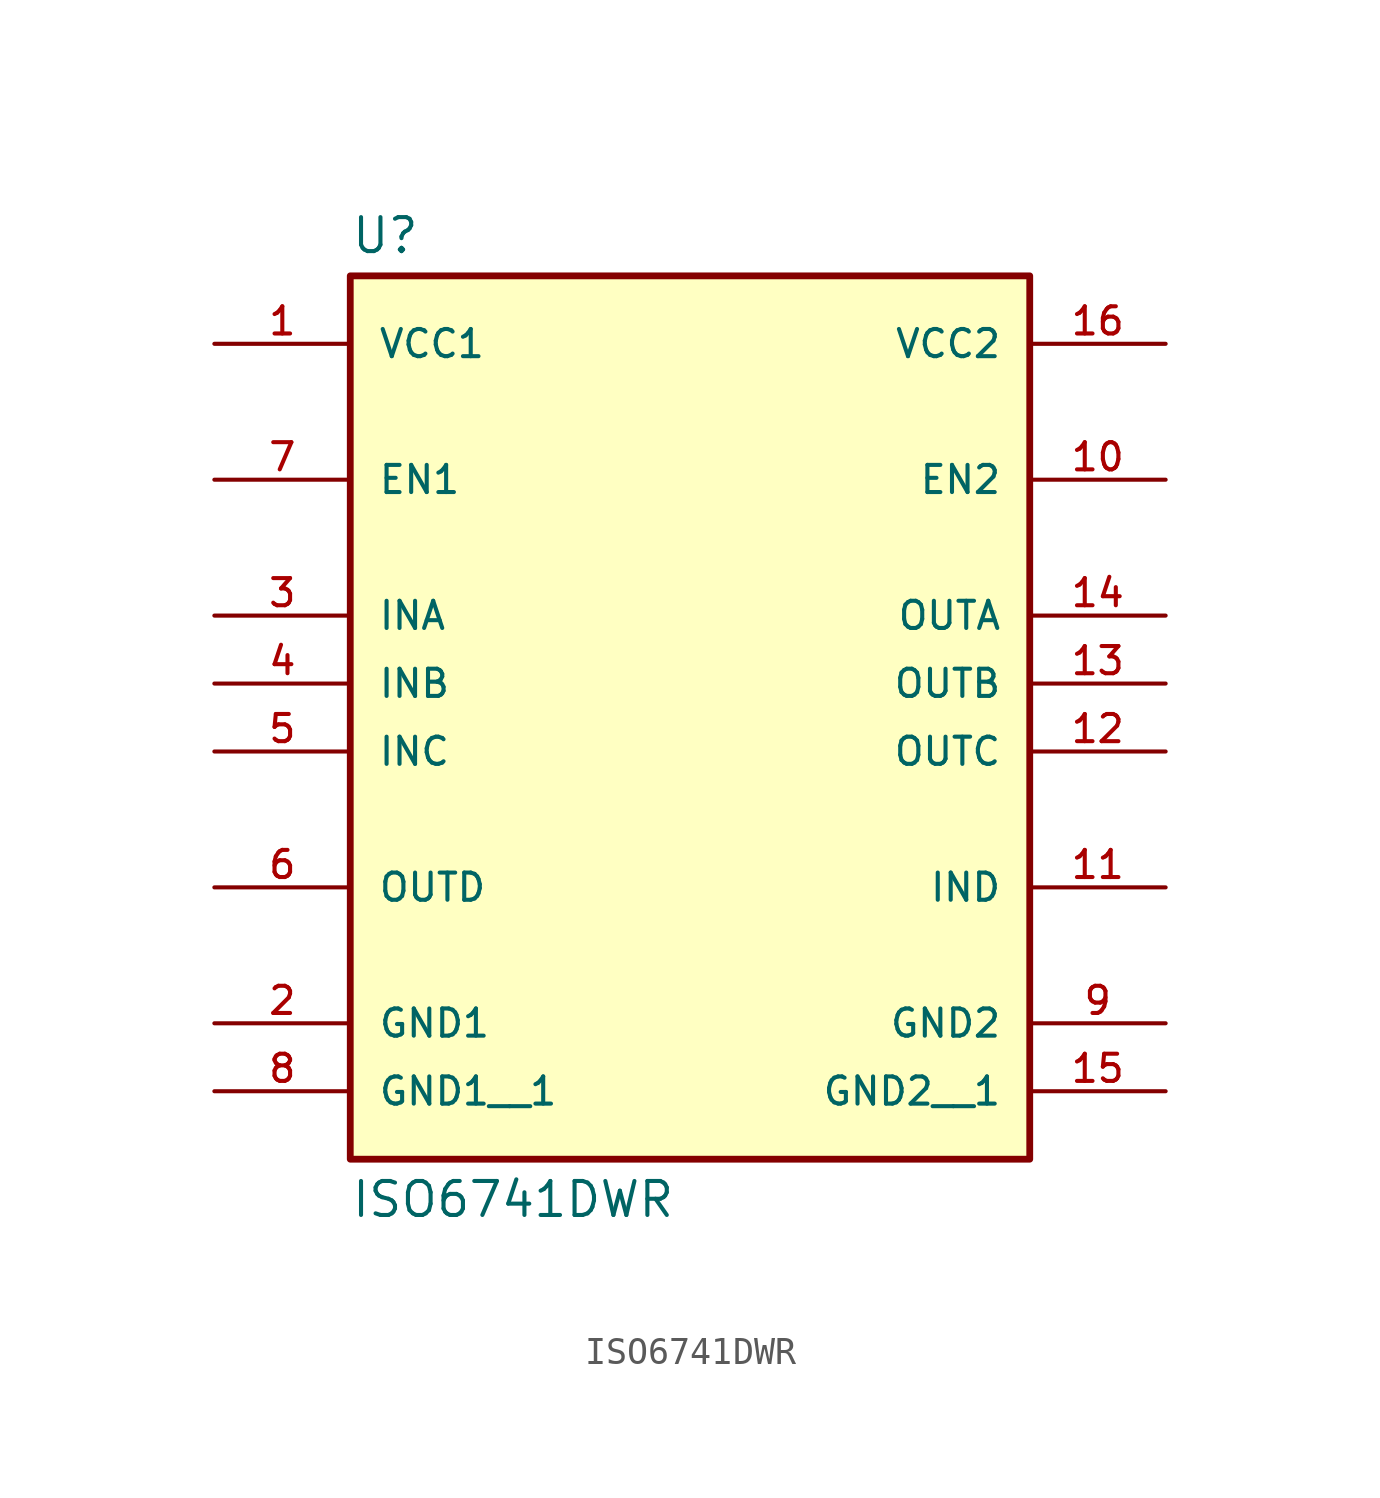
<source format=kicad_sym>
(kicad_symbol_lib
  (version 20211014)
  (generator kicad_symbol_editor)
  (symbol "ISO6741DWR"
    (pin_names
      (offset 1.016))
    (property "Reference" "U"
      (at -12.7 16.002 0)
      (effects (font (size 1.27 1.27)) (justify bottom left)))
    (property "Value" "ISO6741DWR"
      (at -12.7 -18.542 0)
      (effects (font (size 1.27 1.27)) (justify top left)))
    (symbol "ISO6741DWR_0_0"
      (rectangle (start -12.7 -17.78) (end 12.7 15.24) (stroke (width 0.254)) (fill (type background)))
      (pin power_in line (at -17.78 12.7 0) (length 5.08) (name "VCC1" (effects (font (size 1.016 1.016)))) (number "1" (effects (font (size 1.016 1.016)))))
      (pin input line (at -17.78 7.62 0) (length 5.08) (name "EN1" (effects (font (size 1.016 1.016)))) (number "7" (effects (font (size 1.016 1.016)))))
      (pin input line (at -17.78 2.54 0) (length 5.08) (name "INA" (effects (font (size 1.016 1.016)))) (number "3" (effects (font (size 1.016 1.016)))))
      (pin input line (at -17.78 0.0 0) (length 5.08) (name "INB" (effects (font (size 1.016 1.016)))) (number "4" (effects (font (size 1.016 1.016)))))
      (pin output line (at 17.78 -2.54 180.0) (length 5.08) (name "OUTC" (effects (font (size 1.016 1.016)))) (number "12" (effects (font (size 1.016 1.016)))))
      (pin output line (at -17.78 -7.62 0) (length 5.08) (name "OUTD" (effects (font (size 1.016 1.016)))) (number "6" (effects (font (size 1.016 1.016)))))
      (pin power_in line (at -17.78 -12.7 0) (length 5.08) (name "GND1" (effects (font (size 1.016 1.016)))) (number "2" (effects (font (size 1.016 1.016)))))
      (pin power_in line (at 17.78 12.7 180.0) (length 5.08) (name "VCC2" (effects (font (size 1.016 1.016)))) (number "16" (effects (font (size 1.016 1.016)))))
      (pin input line (at 17.78 7.62 180.0) (length 5.08) (name "EN2" (effects (font (size 1.016 1.016)))) (number "10" (effects (font (size 1.016 1.016)))))
      (pin input line (at -17.78 -2.54 0) (length 5.08) (name "INC" (effects (font (size 1.016 1.016)))) (number "5" (effects (font (size 1.016 1.016)))))
      (pin input line (at 17.78 -7.62 180.0) (length 5.08) (name "IND" (effects (font (size 1.016 1.016)))) (number "11" (effects (font (size 1.016 1.016)))))
      (pin output line (at 17.78 2.54 180.0) (length 5.08) (name "OUTA" (effects (font (size 1.016 1.016)))) (number "14" (effects (font (size 1.016 1.016)))))
      (pin output line (at 17.78 0.0 180.0) (length 5.08) (name "OUTB" (effects (font (size 1.016 1.016)))) (number "13" (effects (font (size 1.016 1.016)))))
      (pin power_in line (at 17.78 -12.7 180.0) (length 5.08) (name "GND2" (effects (font (size 1.016 1.016)))) (number "9" (effects (font (size 1.016 1.016)))))
      (pin power_in line (at -17.78 -15.24 0) (length 5.08) (name "GND1__1" (effects (font (size 1.016 1.016)))) (number "8" (effects (font (size 1.016 1.016)))))
      (pin power_in line (at 17.78 -15.24 180.0) (length 5.08) (name "GND2__1" (effects (font (size 1.016 1.016)))) (number "15" (effects (font (size 1.016 1.016))))))))
</source>
